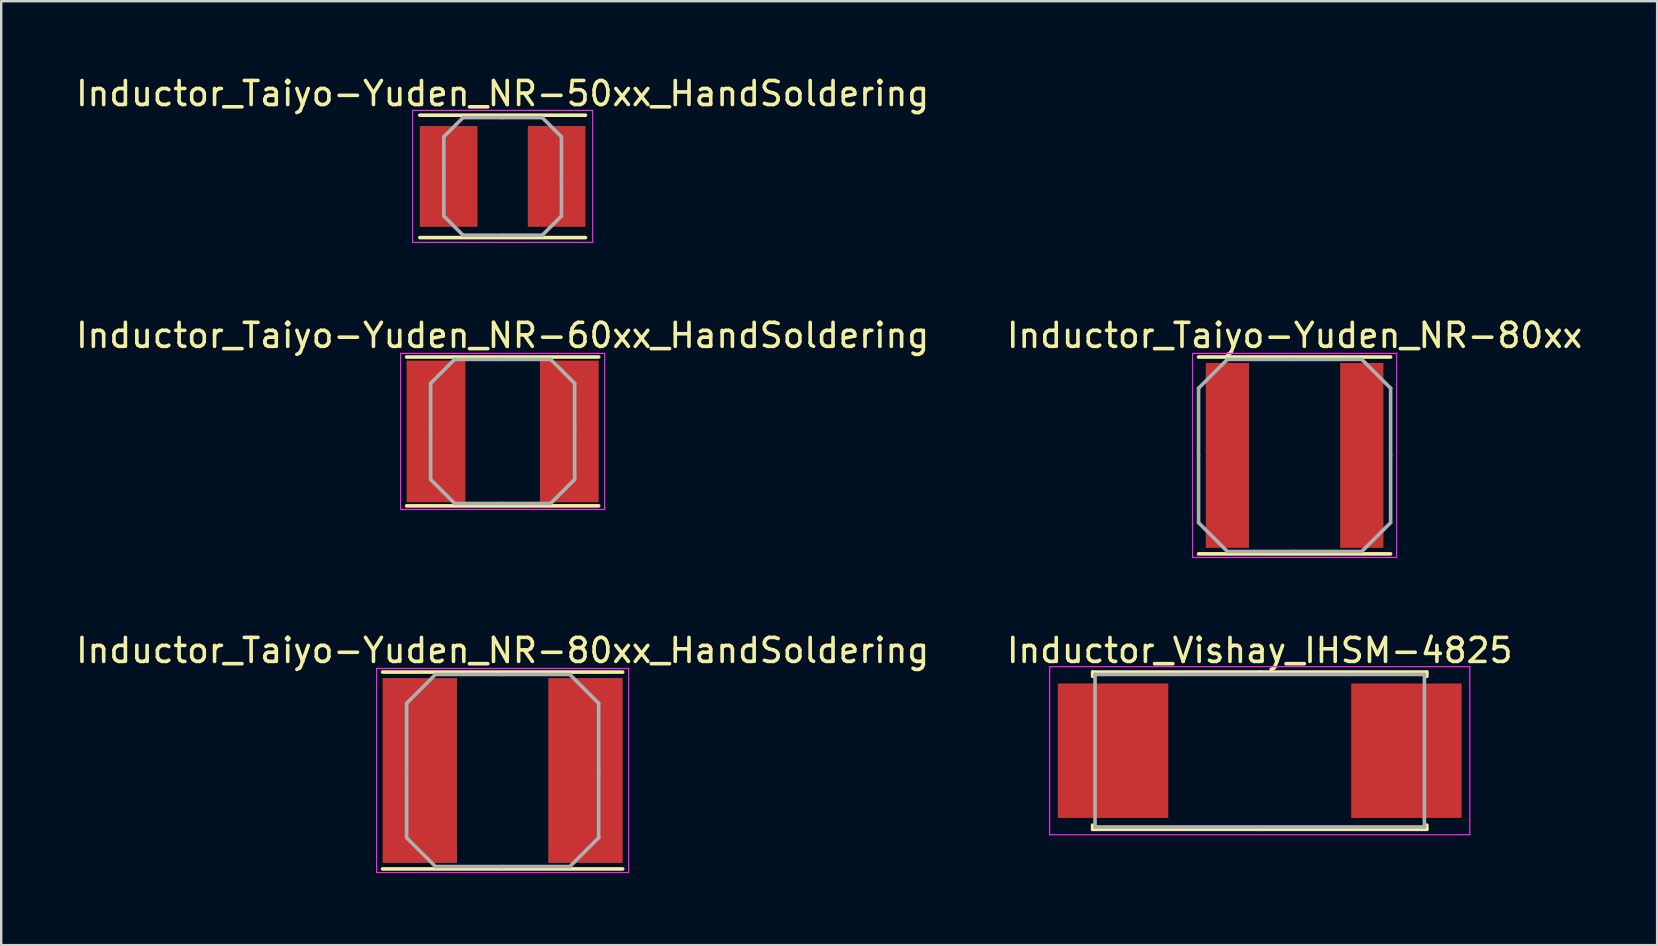
<source format=kicad_pcb>
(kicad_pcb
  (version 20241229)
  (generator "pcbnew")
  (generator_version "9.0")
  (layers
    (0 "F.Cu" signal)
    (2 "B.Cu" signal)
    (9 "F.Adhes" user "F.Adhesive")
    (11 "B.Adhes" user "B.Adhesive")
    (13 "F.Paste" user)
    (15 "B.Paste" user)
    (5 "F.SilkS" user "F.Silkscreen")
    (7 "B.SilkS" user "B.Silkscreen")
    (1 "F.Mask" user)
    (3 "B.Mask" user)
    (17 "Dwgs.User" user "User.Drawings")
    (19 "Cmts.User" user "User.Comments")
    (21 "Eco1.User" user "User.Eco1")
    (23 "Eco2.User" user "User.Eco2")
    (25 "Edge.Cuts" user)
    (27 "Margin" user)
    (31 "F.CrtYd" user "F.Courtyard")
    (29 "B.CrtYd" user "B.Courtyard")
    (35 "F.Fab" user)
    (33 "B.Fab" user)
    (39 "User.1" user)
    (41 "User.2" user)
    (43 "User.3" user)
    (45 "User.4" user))
  (footprint "Inductor_Taiyo-Yuden_NR-50xx_HandSoldering"
    (layer "F.Cu")
    (at 17.887 4.298)
    (property "Reference" "Inductor_Taiyo-Yuden_NR-50xx_HandSoldering" (at 0 -3.45 0) (layer "F.SilkS") (effects (font (size 1 1) (thickness 0.15))))
    (attr smd)
    (fp_line (start -3.45 -2.55) (end 3.45 -2.55) (stroke (width 0.15) (type solid)) (layer "F.SilkS"))
    (fp_line (start -3.45 2.55) (end 3.45 2.55) (stroke (width 0.15) (type solid)) (layer "F.SilkS"))
    (fp_line (start -3.75 -2.75) (end -3.75 2.75) (stroke (width 0.05) (type solid)) (layer "F.CrtYd"))
    (fp_line (start -3.75 2.75) (end 3.75 2.75) (stroke (width 0.05) (type solid)) (layer "F.CrtYd"))
    (fp_line (start 3.75 -2.75) (end -3.75 -2.75) (stroke (width 0.05) (type solid)) (layer "F.CrtYd"))
    (fp_line (start 3.75 2.75) (end 3.75 -2.75) (stroke (width 0.05) (type solid)) (layer "F.CrtYd"))
    (fp_line (start -2.45 -1.65) (end -1.65 -2.45) (stroke (width 0.15) (type solid)) (layer "F.Fab"))
    (fp_line (start -2.45 0) (end -2.45 -1.65) (stroke (width 0.15) (type solid)) (layer "F.Fab"))
    (fp_line (start -2.45 0) (end -2.45 1.65) (stroke (width 0.15) (type solid)) (layer "F.Fab"))
    (fp_line (start -2.45 1.65) (end -1.65 2.45) (stroke (width 0.15) (type solid)) (layer "F.Fab"))
    (fp_line (start -1.65 -2.45) (end 0 -2.45) (stroke (width 0.15) (type solid)) (layer "F.Fab"))
    (fp_line (start -1.65 2.45) (end 0 2.45) (stroke (width 0.15) (type solid)) (layer "F.Fab"))
    (fp_line (start 1.65 -2.45) (end 0 -2.45) (stroke (width 0.15) (type solid)) (layer "F.Fab"))
    (fp_line (start 1.65 2.45) (end 0 2.45) (stroke (width 0.15) (type solid)) (layer "F.Fab"))
    (fp_line (start 2.45 -1.65) (end 1.65 -2.45) (stroke (width 0.15) (type solid)) (layer "F.Fab"))
    (fp_line (start 2.45 0) (end 2.45 -1.65) (stroke (width 0.15) (type solid)) (layer "F.Fab"))
    (fp_line (start 2.45 0) (end 2.45 1.65) (stroke (width 0.15) (type solid)) (layer "F.Fab"))
    (fp_line (start 2.45 1.65) (end 1.65 2.45) (stroke (width 0.15) (type solid)) (layer "F.Fab"))
    (pad "1" smd rect (at -2.25 0) (size 2.4 4.2) (layers "F.Cu" "F.Mask" "F.Paste"))
    (pad "2" smd rect (at 2.25 0) (size 2.4 4.2) (layers "F.Cu" "F.Mask" "F.Paste")))
  (footprint "Inductor_Vishay_IHSM-4825"
    (layer "F.Cu")
    (at 49.423 28.22)
    (property "Reference" "Inductor_Vishay_IHSM-4825" (at 0 -4.175 0) (layer "F.SilkS") (effects (font (size 1 1) (thickness 0.15))))
    (attr smd)
    (fp_line (start -6.96 -3.275) (end 0 -3.275) (stroke (width 0.15) (type solid)) (layer "F.SilkS"))
    (fp_line (start -6.96 -3.1) (end -6.96 -3.275) (stroke (width 0.15) (type solid)) (layer "F.SilkS"))
    (fp_line (start -6.96 3.1) (end -6.96 3.275) (stroke (width 0.15) (type solid)) (layer "F.SilkS"))
    (fp_line (start -6.96 3.275) (end 0 3.275) (stroke (width 0.15) (type solid)) (layer "F.SilkS"))
    (fp_line (start 6.96 -3.275) (end 0 -3.275) (stroke (width 0.15) (type solid)) (layer "F.SilkS"))
    (fp_line (start 6.96 -3.1) (end 6.96 -3.275) (stroke (width 0.15) (type solid)) (layer "F.SilkS"))
    (fp_line (start 6.96 3.1) (end 6.96 3.275) (stroke (width 0.15) (type solid)) (layer "F.SilkS"))
    (fp_line (start 6.96 3.275) (end 0 3.275) (stroke (width 0.15) (type solid)) (layer "F.SilkS"))
    (fp_line (start -8.75 -3.5) (end -8.75 3.5) (stroke (width 0.05) (type solid)) (layer "F.CrtYd"))
    (fp_line (start -8.75 3.5) (end 8.75 3.5) (stroke (width 0.05) (type solid)) (layer "F.CrtYd"))
    (fp_line (start 8.75 -3.5) (end -8.75 -3.5) (stroke (width 0.05) (type solid)) (layer "F.CrtYd"))
    (fp_line (start 8.75 3.5) (end 8.75 -3.5) (stroke (width 0.05) (type solid)) (layer "F.CrtYd"))
    (fp_line (start -6.86 -3.175) (end -6.86 3.175) (stroke (width 0.15) (type solid)) (layer "F.Fab"))
    (fp_line (start -6.86 3.175) (end 6.86 3.175) (stroke (width 0.15) (type solid)) (layer "F.Fab"))
    (fp_line (start 6.86 -3.175) (end -6.86 -3.175) (stroke (width 0.15) (type solid)) (layer "F.Fab"))
    (fp_line (start 6.86 3.175) (end 6.86 -3.175) (stroke (width 0.15) (type solid)) (layer "F.Fab"))
    (pad "1" smd rect (at -6.11 0) (size 4.6 5.6) (layers "F.Cu" "F.Mask" "F.Paste"))
    (pad "2" smd rect (at 6.11 0) (size 4.6 5.6) (layers "F.Cu" "F.Mask" "F.Paste")))
  (footprint "Inductor_Taiyo-Yuden_NR-80xx_HandSoldering"
    (layer "F.Cu")
    (at 17.887 29.045)
    (property "Reference" "Inductor_Taiyo-Yuden_NR-80xx_HandSoldering" (at 0 -5 0) (layer "F.SilkS") (effects (font (size 1 1) (thickness 0.15))))
    (attr smd)
    (fp_line (start -5 -4.1) (end 5 -4.1) (stroke (width 0.15) (type solid)) (layer "F.SilkS"))
    (fp_line (start -5 4.1) (end 5 4.1) (stroke (width 0.15) (type solid)) (layer "F.SilkS"))
    (fp_line (start -5.25 -4.25) (end -5.25 4.25) (stroke (width 0.05) (type solid)) (layer "F.CrtYd"))
    (fp_line (start -5.25 4.25) (end 5.25 4.25) (stroke (width 0.05) (type solid)) (layer "F.CrtYd"))
    (fp_line (start 5.25 -4.25) (end -5.25 -4.25) (stroke (width 0.05) (type solid)) (layer "F.CrtYd"))
    (fp_line (start 5.25 4.25) (end 5.25 -4.25) (stroke (width 0.05) (type solid)) (layer "F.CrtYd"))
    (fp_line (start -4 -2.8) (end -2.8 -4) (stroke (width 0.15) (type solid)) (layer "F.Fab"))
    (fp_line (start -4 0) (end -4 -2.8) (stroke (width 0.15) (type solid)) (layer "F.Fab"))
    (fp_line (start -4 0) (end -4 2.8) (stroke (width 0.15) (type solid)) (layer "F.Fab"))
    (fp_line (start -4 2.8) (end -2.8 4) (stroke (width 0.15) (type solid)) (layer "F.Fab"))
    (fp_line (start -2.8 -4) (end 0 -4) (stroke (width 0.15) (type solid)) (layer "F.Fab"))
    (fp_line (start -2.8 4) (end 0 4) (stroke (width 0.15) (type solid)) (layer "F.Fab"))
    (fp_line (start 2.8 -4) (end 0 -4) (stroke (width 0.15) (type solid)) (layer "F.Fab"))
    (fp_line (start 2.8 4) (end 0 4) (stroke (width 0.15) (type solid)) (layer "F.Fab"))
    (fp_line (start 4 -2.8) (end 2.8 -4) (stroke (width 0.15) (type solid)) (layer "F.Fab"))
    (fp_line (start 4 0) (end 4 -2.8) (stroke (width 0.15) (type solid)) (layer "F.Fab"))
    (fp_line (start 4 0) (end 4 2.8) (stroke (width 0.15) (type solid)) (layer "F.Fab"))
    (fp_line (start 4 2.8) (end 2.8 4) (stroke (width 0.15) (type solid)) (layer "F.Fab"))
    (pad "1" smd rect (at -3.45 0) (size 3.1 7.7) (layers "F.Cu" "F.Mask" "F.Paste"))
    (pad "2" smd rect (at 3.45 0) (size 3.1 7.7) (layers "F.Cu" "F.Mask" "F.Paste")))
  (footprint "Inductor_Taiyo-Yuden_NR-80xx"
    (layer "F.Cu")
    (at 50.875 15.921)
    (property "Reference" "Inductor_Taiyo-Yuden_NR-80xx" (at 0 -5 0) (layer "F.SilkS") (effects (font (size 1 1) (thickness 0.15))))
    (attr smd)
    (fp_line (start -4 -4.1) (end 4 -4.1) (stroke (width 0.15) (type solid)) (layer "F.SilkS"))
    (fp_line (start -4 4.1) (end 4 4.1) (stroke (width 0.15) (type solid)) (layer "F.SilkS"))
    (fp_line (start -4.25 -4.25) (end -4.25 4.25) (stroke (width 0.05) (type solid)) (layer "F.CrtYd"))
    (fp_line (start -4.25 4.25) (end 4.25 4.25) (stroke (width 0.05) (type solid)) (layer "F.CrtYd"))
    (fp_line (start 4.25 -4.25) (end -4.25 -4.25) (stroke (width 0.05) (type solid)) (layer "F.CrtYd"))
    (fp_line (start 4.25 4.25) (end 4.25 -4.25) (stroke (width 0.05) (type solid)) (layer "F.CrtYd"))
    (fp_line (start -4 -2.8) (end -2.8 -4) (stroke (width 0.15) (type solid)) (layer "F.Fab"))
    (fp_line (start -4 0) (end -4 -2.8) (stroke (width 0.15) (type solid)) (layer "F.Fab"))
    (fp_line (start -4 0) (end -4 2.8) (stroke (width 0.15) (type solid)) (layer "F.Fab"))
    (fp_line (start -4 2.8) (end -2.8 4) (stroke (width 0.15) (type solid)) (layer "F.Fab"))
    (fp_line (start -2.8 -4) (end 0 -4) (stroke (width 0.15) (type solid)) (layer "F.Fab"))
    (fp_line (start -2.8 4) (end 0 4) (stroke (width 0.15) (type solid)) (layer "F.Fab"))
    (fp_line (start 2.8 -4) (end 0 -4) (stroke (width 0.15) (type solid)) (layer "F.Fab"))
    (fp_line (start 2.8 4) (end 0 4) (stroke (width 0.15) (type solid)) (layer "F.Fab"))
    (fp_line (start 4 -2.8) (end 2.8 -4) (stroke (width 0.15) (type solid)) (layer "F.Fab"))
    (fp_line (start 4 0) (end 4 -2.8) (stroke (width 0.15) (type solid)) (layer "F.Fab"))
    (fp_line (start 4 0) (end 4 2.8) (stroke (width 0.15) (type solid)) (layer "F.Fab"))
    (fp_line (start 4 2.8) (end 2.8 4) (stroke (width 0.15) (type solid)) (layer "F.Fab"))
    (pad "1" smd rect (at -2.8 0) (size 1.8 7.7) (layers "F.Cu" "F.Mask" "F.Paste"))
    (pad "2" smd rect (at 2.8 0) (size 1.8 7.7) (layers "F.Cu" "F.Mask" "F.Paste")))
  (footprint "Inductor_Taiyo-Yuden_NR-60xx_HandSoldering"
    (layer "F.Cu")
    (at 17.887 14.921)
    (property "Reference" "Inductor_Taiyo-Yuden_NR-60xx_HandSoldering" (at 0 -4 0) (layer "F.SilkS") (effects (font (size 1 1) (thickness 0.15))))
    (attr smd)
    (fp_line (start -4 -3.1) (end 4 -3.1) (stroke (width 0.15) (type solid)) (layer "F.SilkS"))
    (fp_line (start -4 3.1) (end 4 3.1) (stroke (width 0.15) (type solid)) (layer "F.SilkS"))
    (fp_line (start -4.25 -3.25) (end -4.25 3.25) (stroke (width 0.05) (type solid)) (layer "F.CrtYd"))
    (fp_line (start -4.25 3.25) (end 4.25 3.25) (stroke (width 0.05) (type solid)) (layer "F.CrtYd"))
    (fp_line (start 4.25 -3.25) (end -4.25 -3.25) (stroke (width 0.05) (type solid)) (layer "F.CrtYd"))
    (fp_line (start 4.25 3.25) (end 4.25 -3.25) (stroke (width 0.05) (type solid)) (layer "F.CrtYd"))
    (fp_line (start -3 -2) (end -2 -3) (stroke (width 0.15) (type solid)) (layer "F.Fab"))
    (fp_line (start -3 0) (end -3 -2) (stroke (width 0.15) (type solid)) (layer "F.Fab"))
    (fp_line (start -3 0) (end -3 2) (stroke (width 0.15) (type solid)) (layer "F.Fab"))
    (fp_line (start -3 2) (end -2 3) (stroke (width 0.15) (type solid)) (layer "F.Fab"))
    (fp_line (start -2 -3) (end 0 -3) (stroke (width 0.15) (type solid)) (layer "F.Fab"))
    (fp_line (start -2 3) (end 0 3) (stroke (width 0.15) (type solid)) (layer "F.Fab"))
    (fp_line (start 2 -3) (end 0 -3) (stroke (width 0.15) (type solid)) (layer "F.Fab"))
    (fp_line (start 2 3) (end 0 3) (stroke (width 0.15) (type solid)) (layer "F.Fab"))
    (fp_line (start 3 -2) (end 2 -3) (stroke (width 0.15) (type solid)) (layer "F.Fab"))
    (fp_line (start 3 0) (end 3 -2) (stroke (width 0.15) (type solid)) (layer "F.Fab"))
    (fp_line (start 3 0) (end 3 2) (stroke (width 0.15) (type solid)) (layer "F.Fab"))
    (fp_line (start 3 2) (end 2 3) (stroke (width 0.15) (type solid)) (layer "F.Fab"))
    (pad "1" smd rect (at -2.775 0) (size 2.45 5.9) (layers "F.Cu" "F.Mask" "F.Paste"))
    (pad "2" smd rect (at 2.775 0) (size 2.45 5.9) (layers "F.Cu" "F.Mask" "F.Paste")))
  (gr_rect
    (start -3 -3)
    (end 65.976 36.32)
    (stroke (width 0.1) (type default))
    (fill no)
    (layer "Edge.Cuts")))
</source>
